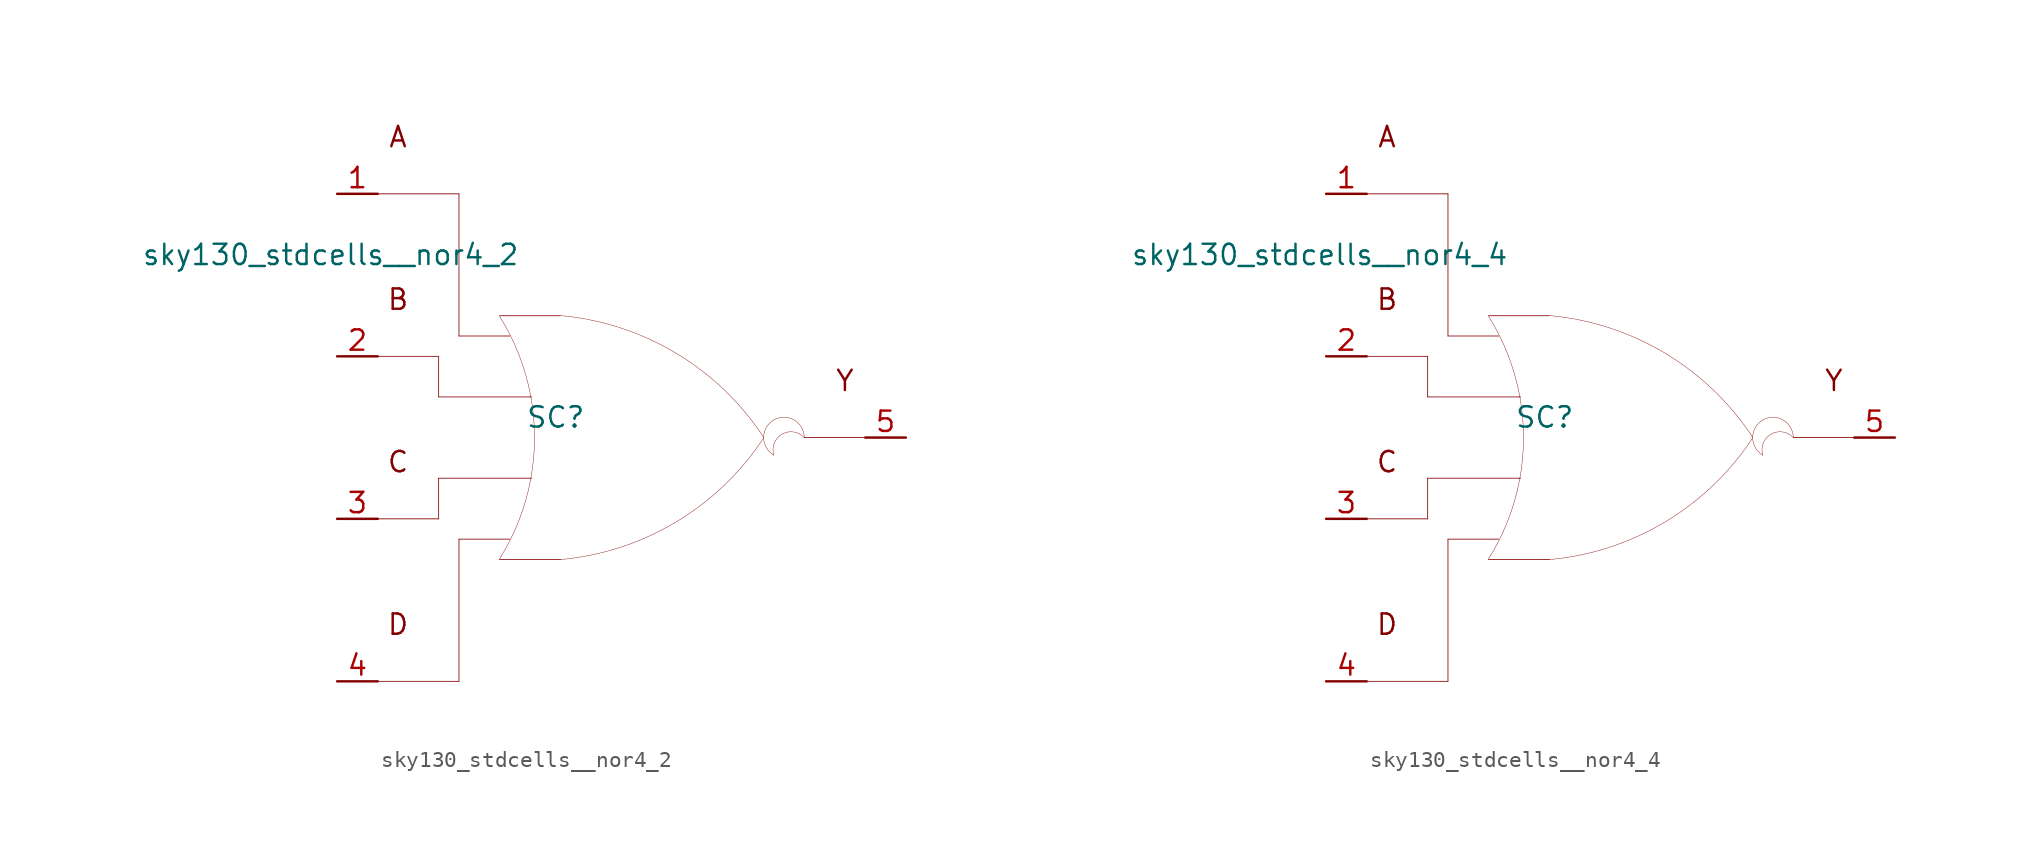
<source format=kicad_sym>
(kicad_symbol_lib
  (version 20211014)
  (generator kicad_symbol_editor)
  (symbol "sky130_stdcells__nor4_2"
    (pin_names hide)
    (property "Reference" "SC"
      (at -4.115 1.27 0)
      (effects (font (size 1.27 1.27))))
    (property "Value" "sky130_stdcells__nor4_2"
      (at -6.35 11.43 0)
      (effects (font (size 1.27 1.27)) (justify right)))
    (symbol "sky130_stdcells__nor4_2_0_0"
      (arc (start -7.6405 -7.6142) (mid -6.983 -6.458) (end -6.4362 -5.2456) (stroke (width 0.0254) (type default) (color 0 0 0 0)) (fill (type none)))
      (arc (start -6.4362 -5.2456) (mid -6.0013 -3.9755) (end -5.688 -2.6701) (stroke (width 0.0254) (type default) (color 0 0 0 0)) (fill (type none)))
      (arc (start -6.418 5.1993) (mid -6.9662 6.4248) (end -7.6273 7.5932) (stroke (width 0.0254) (type default) (color 0 0 0 0)) (fill (type none)))
      (arc (start -5.688 -2.6701) (mid -5.4988 -1.341) (end -5.4356 0) (stroke (width 0.0254) (type default) (color 0 0 0 0)) (fill (type none)))
      (arc (start -5.6834 2.6456) (mid -5.9911 3.9396) (end -6.418 5.1993) (stroke (width 0.0254) (type default) (color 0 0 0 0)) (fill (type none)))
      (arc (start -5.4356 0) (mid -5.4977 1.3286) (end -5.6834 2.6456) (stroke (width 0.0254) (type default) (color 0 0 0 0)) (fill (type none)))
      (arc (start -3.8212 -7.6288) (mid 3.3927 -5.2884) (end 8.8734 -0.0463) (stroke (width 0.0254) (type default) (color 0 0 0 0)) (fill (type none)))
      (polyline (pts (xy -15.24 -15.24) (xy -10.16 -15.24)) (stroke (width 0.051) (type default) (color 0 0 0 0)) (fill (type none)))
      (polyline (pts (xy -15.24 -5.08) (xy -11.43 -5.08)) (stroke (width 0.051) (type default) (color 0 0 0 0)) (fill (type none)))
      (polyline (pts (xy -15.24 5.08) (xy -11.43 5.08)) (stroke (width 0.051) (type default) (color 0 0 0 0)) (fill (type none)))
      (polyline (pts (xy -15.24 15.24) (xy -10.16 15.24)) (stroke (width 0.051) (type default) (color 0 0 0 0)) (fill (type none)))
      (polyline (pts (xy -11.43 -2.54) (xy -11.43 -5.08)) (stroke (width 0.051) (type default) (color 0 0 0 0)) (fill (type none)))
      (polyline (pts (xy -11.43 -2.54) (xy -5.613 -2.54)) (stroke (width 0.051) (type default) (color 0 0 0 0)) (fill (type none)))
      (polyline (pts (xy -11.43 2.54) (xy -5.613 2.54)) (stroke (width 0.051) (type default) (color 0 0 0 0)) (fill (type none)))
      (polyline (pts (xy -11.43 5.08) (xy -11.43 2.54)) (stroke (width 0.051) (type default) (color 0 0 0 0)) (fill (type none)))
      (polyline (pts (xy -10.16 -6.35) (xy -10.16 -15.24)) (stroke (width 0.051) (type default) (color 0 0 0 0)) (fill (type none)))
      (polyline (pts (xy -10.16 -6.35) (xy -6.985 -6.35)) (stroke (width 0.051) (type default) (color 0 0 0 0)) (fill (type none)))
      (polyline (pts (xy -10.16 6.35) (xy -6.985 6.35)) (stroke (width 0.051) (type default) (color 0 0 0 0)) (fill (type none)))
      (polyline (pts (xy -10.16 15.24) (xy -10.16 6.35)) (stroke (width 0.051) (type default) (color 0 0 0 0)) (fill (type none)))
      (polyline (pts (xy -7.62 -7.62) (xy -3.81 -7.62)) (stroke (width 0.051) (type default) (color 0 0 0 0)) (fill (type none)))
      (polyline (pts (xy -7.62 7.62) (xy -3.81 7.62)) (stroke (width 0.051) (type default) (color 0 0 0 0)) (fill (type none)))
      (polyline (pts (xy 11.43 0) (xy 15.24 0)) (stroke (width 0.051) (type default) (color 0 0 0 0)) (fill (type none)))
      (arc (start 8.9061 -0.0034) (mid 3.4437 5.2578) (end -3.762 7.6234) (stroke (width 0.0254) (type default) (color 0 0 0 0)) (fill (type none)))
      (arc (start 9.525 1.0999) (mid 8.89 0) (end 9.525 -1.0999) (stroke (width 0.0254) (type default) (color 0 0 0 0)) (fill (type none)))
      (arc (start 11.43 0) (mid 9.5731 0.4743) (end 9.525 -1.0999) (stroke (width 0.0254) (type default) (color 0 0 0 0)) (fill (type none)))
      (arc (start 11.43 0) (mid 10.795 1.0998) (end 9.525 1.0999) (stroke (width 0.0254) (type default) (color 0 0 0 0)) (fill (type none)))
      (text "A" (at -13.97 18.796 0) (effects (font (size 1.27 1.27))))
      (text "B" (at -13.97 8.636 0) (effects (font (size 1.27 1.27))))
      (text "C" (at -13.97 -1.524 0) (effects (font (size 1.27 1.27))))
      (text "D" (at -13.97 -11.684 0) (effects (font (size 1.27 1.27))))
      (text "Y" (at 13.97 3.556 0) (effects (font (size 1.27 1.27)))))
    (symbol "sky130_stdcells__nor4_2_1_1"
      (pin input line (at -17.78 15.24 0) (length 2.54) (name "A" (effects (font (size 1.092 1.092)))) (number "1" (effects (font (size 1.27 1.27)))))
      (pin input line (at -17.78 5.08 0) (length 2.54) (name "B" (effects (font (size 1.092 1.092)))) (number "2" (effects (font (size 1.27 1.27)))))
      (pin input line (at -17.78 -5.08 0) (length 2.54) (name "C" (effects (font (size 1.092 1.092)))) (number "3" (effects (font (size 1.27 1.27)))))
      (pin input line (at -17.78 -15.24 0) (length 2.54) (name "D" (effects (font (size 1.092 1.092)))) (number "4" (effects (font (size 1.27 1.27)))))
      (pin output line (at 17.78 0 180) (length 2.54) (name "Y" (effects (font (size 1.092 1.092)))) (number "5" (effects (font (size 1.27 1.27)))))))
  (symbol "sky130_stdcells__nor4_4"
    (pin_names hide)
    (property "Reference" "SC"
      (at -4.115 1.27 0)
      (effects (font (size 1.27 1.27))))
    (property "Value" "sky130_stdcells__nor4_4"
      (at -6.35 11.43 0)
      (effects (font (size 1.27 1.27)) (justify right)))
    (symbol "sky130_stdcells__nor4_4_0_0"
      (arc (start -7.6405 -7.6142) (mid -6.983 -6.458) (end -6.4362 -5.2456) (stroke (width 0.0254) (type default) (color 0 0 0 0)) (fill (type none)))
      (arc (start -6.4362 -5.2456) (mid -6.0013 -3.9755) (end -5.688 -2.6701) (stroke (width 0.0254) (type default) (color 0 0 0 0)) (fill (type none)))
      (arc (start -6.418 5.1993) (mid -6.9662 6.4248) (end -7.6273 7.5932) (stroke (width 0.0254) (type default) (color 0 0 0 0)) (fill (type none)))
      (arc (start -5.688 -2.6701) (mid -5.4988 -1.341) (end -5.4356 0) (stroke (width 0.0254) (type default) (color 0 0 0 0)) (fill (type none)))
      (arc (start -5.6834 2.6456) (mid -5.9911 3.9396) (end -6.418 5.1993) (stroke (width 0.0254) (type default) (color 0 0 0 0)) (fill (type none)))
      (arc (start -5.4356 0) (mid -5.4977 1.3286) (end -5.6834 2.6456) (stroke (width 0.0254) (type default) (color 0 0 0 0)) (fill (type none)))
      (arc (start -3.8212 -7.6288) (mid 3.3927 -5.2884) (end 8.8734 -0.0463) (stroke (width 0.0254) (type default) (color 0 0 0 0)) (fill (type none)))
      (polyline (pts (xy -15.24 -15.24) (xy -10.16 -15.24)) (stroke (width 0.051) (type default) (color 0 0 0 0)) (fill (type none)))
      (polyline (pts (xy -15.24 -5.08) (xy -11.43 -5.08)) (stroke (width 0.051) (type default) (color 0 0 0 0)) (fill (type none)))
      (polyline (pts (xy -15.24 5.08) (xy -11.43 5.08)) (stroke (width 0.051) (type default) (color 0 0 0 0)) (fill (type none)))
      (polyline (pts (xy -15.24 15.24) (xy -10.16 15.24)) (stroke (width 0.051) (type default) (color 0 0 0 0)) (fill (type none)))
      (polyline (pts (xy -11.43 -2.54) (xy -11.43 -5.08)) (stroke (width 0.051) (type default) (color 0 0 0 0)) (fill (type none)))
      (polyline (pts (xy -11.43 -2.54) (xy -5.613 -2.54)) (stroke (width 0.051) (type default) (color 0 0 0 0)) (fill (type none)))
      (polyline (pts (xy -11.43 2.54) (xy -5.613 2.54)) (stroke (width 0.051) (type default) (color 0 0 0 0)) (fill (type none)))
      (polyline (pts (xy -11.43 5.08) (xy -11.43 2.54)) (stroke (width 0.051) (type default) (color 0 0 0 0)) (fill (type none)))
      (polyline (pts (xy -10.16 -6.35) (xy -10.16 -15.24)) (stroke (width 0.051) (type default) (color 0 0 0 0)) (fill (type none)))
      (polyline (pts (xy -10.16 -6.35) (xy -6.985 -6.35)) (stroke (width 0.051) (type default) (color 0 0 0 0)) (fill (type none)))
      (polyline (pts (xy -10.16 6.35) (xy -6.985 6.35)) (stroke (width 0.051) (type default) (color 0 0 0 0)) (fill (type none)))
      (polyline (pts (xy -10.16 15.24) (xy -10.16 6.35)) (stroke (width 0.051) (type default) (color 0 0 0 0)) (fill (type none)))
      (polyline (pts (xy -7.62 -7.62) (xy -3.81 -7.62)) (stroke (width 0.051) (type default) (color 0 0 0 0)) (fill (type none)))
      (polyline (pts (xy -7.62 7.62) (xy -3.81 7.62)) (stroke (width 0.051) (type default) (color 0 0 0 0)) (fill (type none)))
      (polyline (pts (xy 11.43 0) (xy 15.24 0)) (stroke (width 0.051) (type default) (color 0 0 0 0)) (fill (type none)))
      (arc (start 8.9061 -0.0034) (mid 3.4437 5.2578) (end -3.762 7.6234) (stroke (width 0.0254) (type default) (color 0 0 0 0)) (fill (type none)))
      (arc (start 9.525 1.0999) (mid 8.89 0) (end 9.525 -1.0999) (stroke (width 0.0254) (type default) (color 0 0 0 0)) (fill (type none)))
      (arc (start 11.43 0) (mid 9.5731 0.4743) (end 9.525 -1.0999) (stroke (width 0.0254) (type default) (color 0 0 0 0)) (fill (type none)))
      (arc (start 11.43 0) (mid 10.795 1.0998) (end 9.525 1.0999) (stroke (width 0.0254) (type default) (color 0 0 0 0)) (fill (type none)))
      (text "A" (at -13.97 18.796 0) (effects (font (size 1.27 1.27))))
      (text "B" (at -13.97 8.636 0) (effects (font (size 1.27 1.27))))
      (text "C" (at -13.97 -1.524 0) (effects (font (size 1.27 1.27))))
      (text "D" (at -13.97 -11.684 0) (effects (font (size 1.27 1.27))))
      (text "Y" (at 13.97 3.556 0) (effects (font (size 1.27 1.27)))))
    (symbol "sky130_stdcells__nor4_4_1_1"
      (pin input line (at -17.78 15.24 0) (length 2.54) (name "A" (effects (font (size 1.092 1.092)))) (number "1" (effects (font (size 1.27 1.27)))))
      (pin input line (at -17.78 5.08 0) (length 2.54) (name "B" (effects (font (size 1.092 1.092)))) (number "2" (effects (font (size 1.27 1.27)))))
      (pin input line (at -17.78 -5.08 0) (length 2.54) (name "C" (effects (font (size 1.092 1.092)))) (number "3" (effects (font (size 1.27 1.27)))))
      (pin input line (at -17.78 -15.24 0) (length 2.54) (name "D" (effects (font (size 1.092 1.092)))) (number "4" (effects (font (size 1.27 1.27)))))
      (pin output line (at 17.78 0 180) (length 2.54) (name "Y" (effects (font (size 1.092 1.092)))) (number "5" (effects (font (size 1.27 1.27))))))))
</source>
